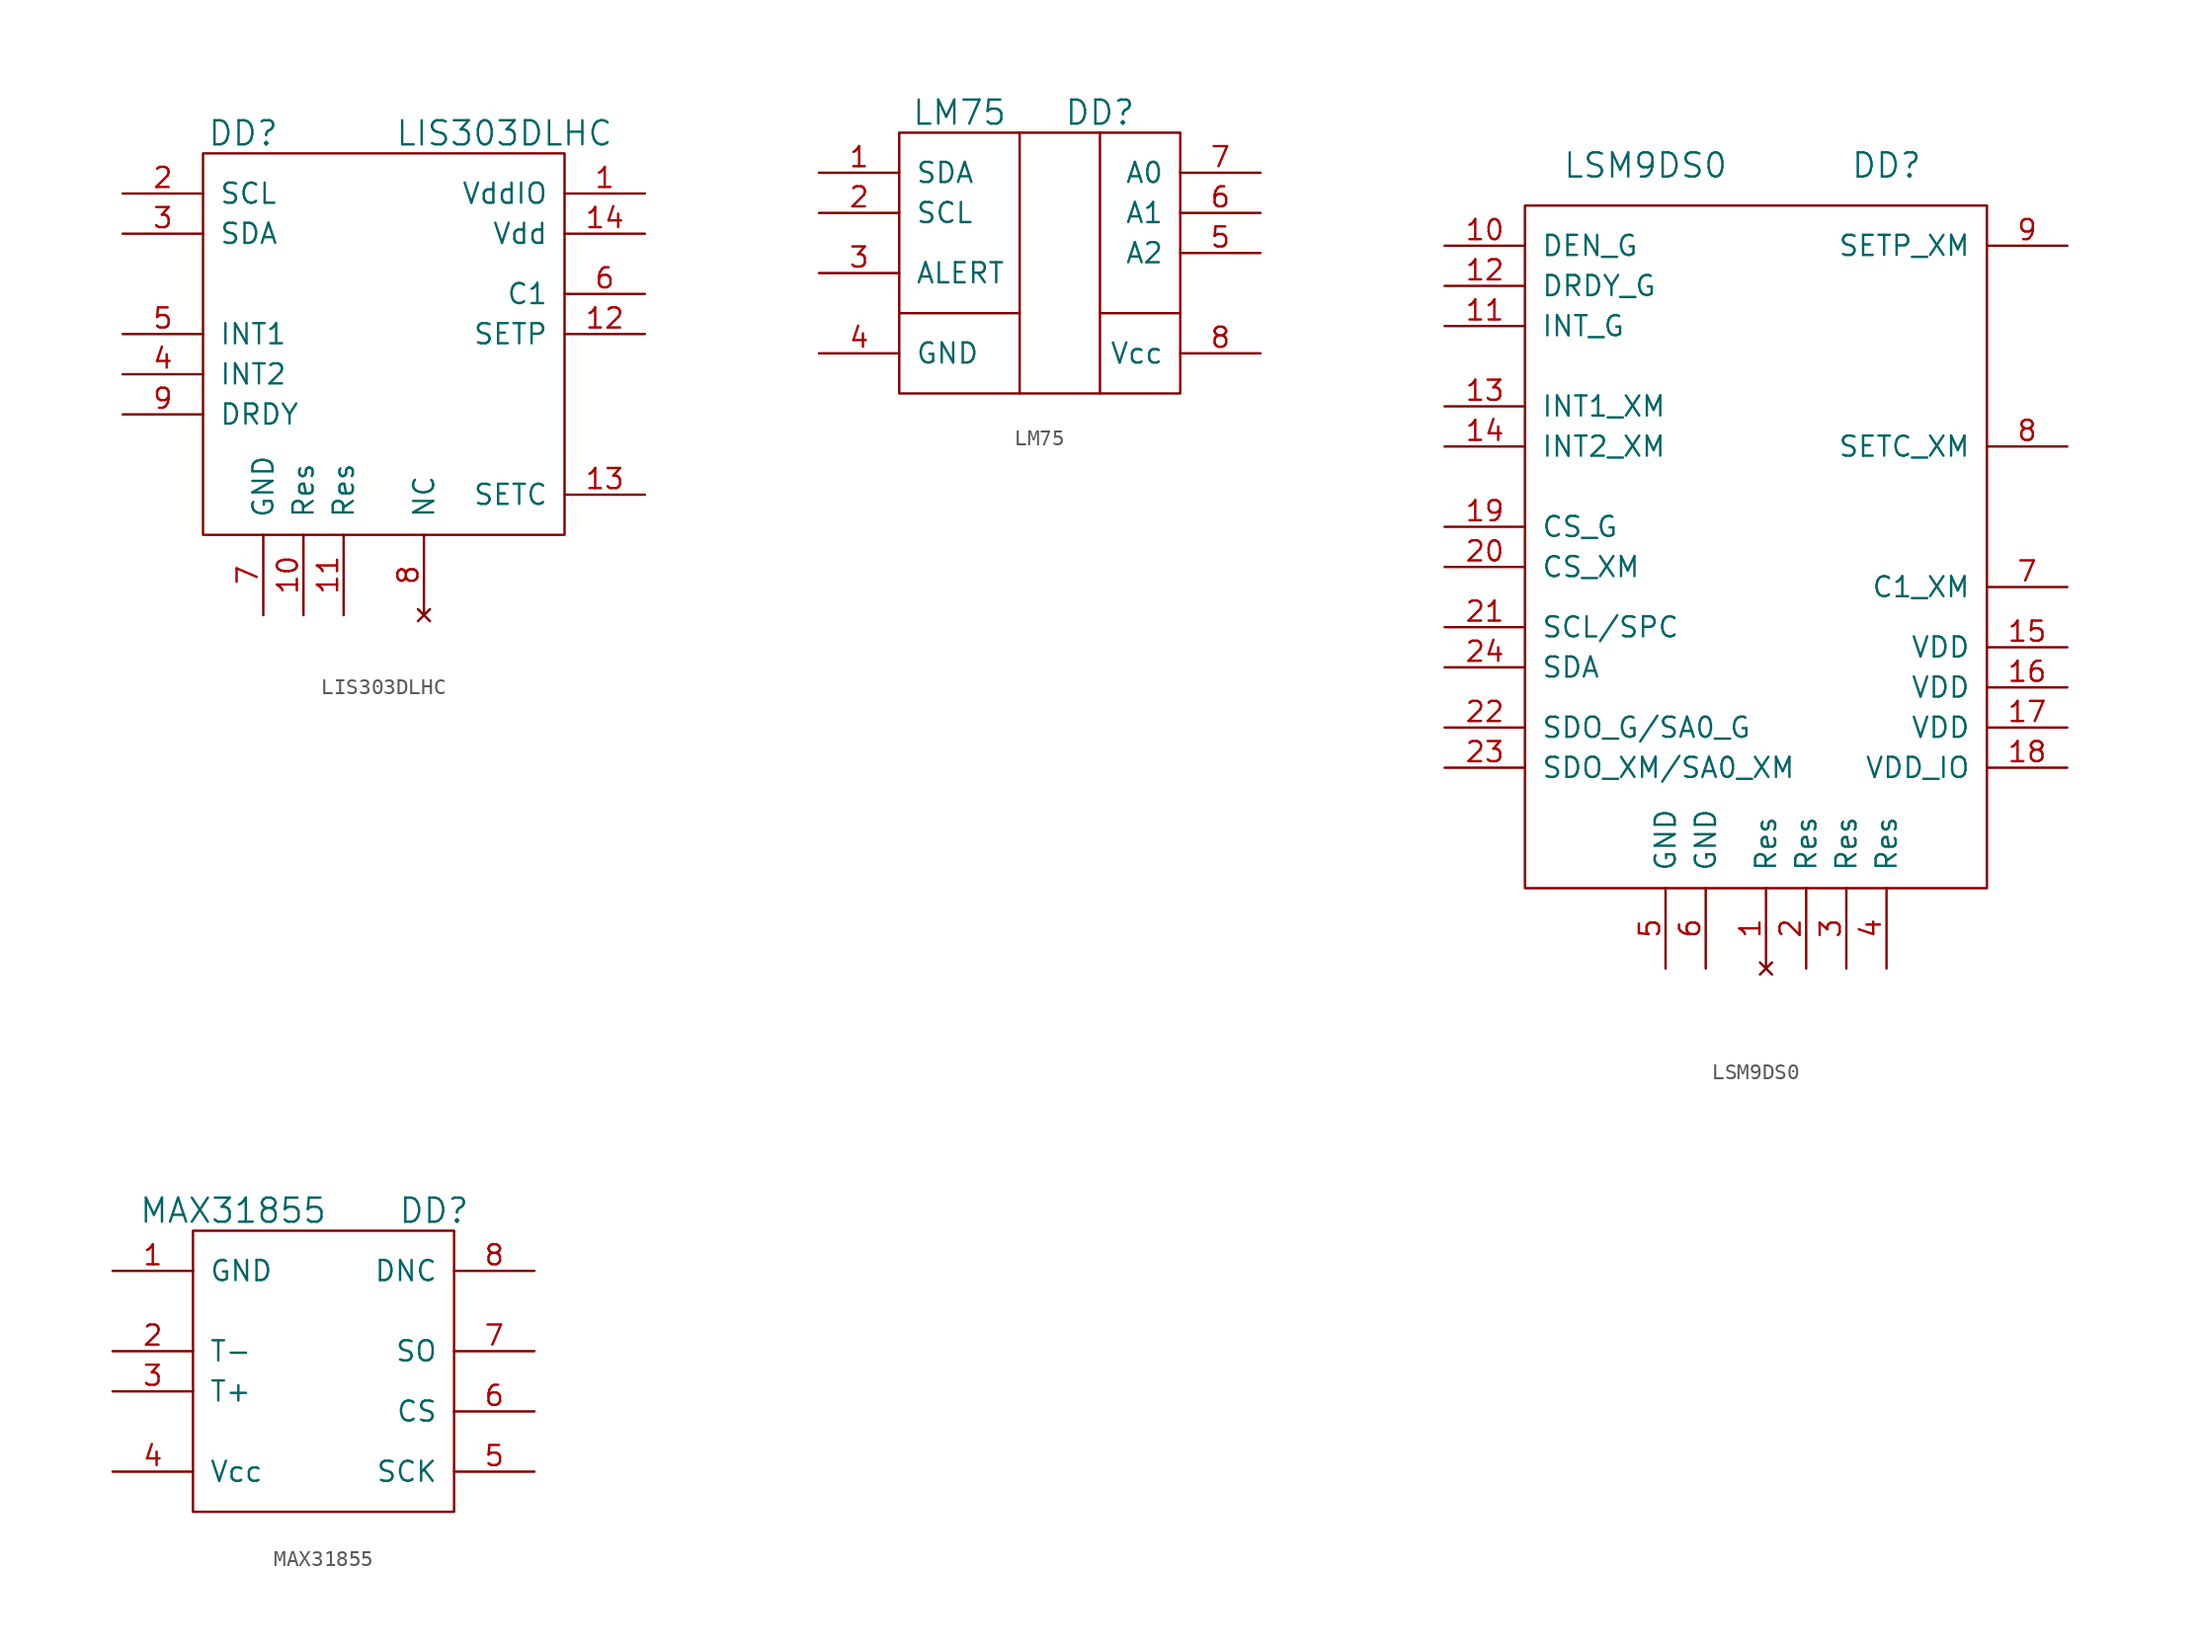
<source format=kicad_sym>
(kicad_symbol_lib
  (version 20231120)
  (generator "kicad_symbol_editor")
  (generator_version "8.0")
  (symbol "LIS303DLHC"
    (pin_names
      (offset 1.016))
    (property "Reference" "DD"
      (at -8.89 12.7 0)
      (effects (font (size 1.524 1.524))))
    (property "Value" "LIS303DLHC"
      (at 7.62 12.7 0)
      (effects (font (size 1.524 1.524))))
    (symbol "LIS303DLHC_0_1"
      (rectangle (start -11.43 11.43) (end 11.43 -12.7) (stroke (width 0) (type default)) (fill (type none))))
    (symbol "LIS303DLHC_1_1"
      (pin passive line (at 16.51 8.89 180) (length 5.08) (name "VddIO" (effects (font (size 1.27 1.27)))) (number "1" (effects (font (size 1.27 1.27)))))
      (pin passive line (at -5.08 -17.78 90) (length 5.08) (name "Res" (effects (font (size 1.27 1.27)))) (number "10" (effects (font (size 1.27 1.27)))))
      (pin power_in line (at -2.54 -17.78 90) (length 5.08) (name "Res" (effects (font (size 1.27 1.27)))) (number "11" (effects (font (size 1.27 1.27)))))
      (pin passive line (at 16.51 0 180) (length 5.08) (name "SETP" (effects (font (size 1.27 1.27)))) (number "12" (effects (font (size 1.27 1.27)))))
      (pin passive line (at 16.51 -10.16 180) (length 5.08) (name "SETC" (effects (font (size 1.27 1.27)))) (number "13" (effects (font (size 1.27 1.27)))))
      (pin power_in line (at 16.51 6.35 180) (length 5.08) (name "Vdd" (effects (font (size 1.27 1.27)))) (number "14" (effects (font (size 1.27 1.27)))))
      (pin passive line (at -16.51 8.89 0) (length 5.08) (name "SCL" (effects (font (size 1.27 1.27)))) (number "2" (effects (font (size 1.27 1.27)))))
      (pin passive line (at -16.51 6.35 0) (length 5.08) (name "SDA" (effects (font (size 1.27 1.27)))) (number "3" (effects (font (size 1.27 1.27)))))
      (pin passive line (at -16.51 -2.54 0) (length 5.08) (name "INT2" (effects (font (size 1.27 1.27)))) (number "4" (effects (font (size 1.27 1.27)))))
      (pin passive line (at -16.51 0 0) (length 5.08) (name "INT1" (effects (font (size 1.27 1.27)))) (number "5" (effects (font (size 1.27 1.27)))))
      (pin passive line (at 16.51 2.54 180) (length 5.08) (name "C1" (effects (font (size 1.27 1.27)))) (number "6" (effects (font (size 1.27 1.27)))))
      (pin power_in line (at -7.62 -17.78 90) (length 5.08) (name "GND" (effects (font (size 1.27 1.27)))) (number "7" (effects (font (size 1.27 1.27)))))
      (pin no_connect line (at 2.54 -17.78 90) (length 5.08) (name "NC" (effects (font (size 1.27 1.27)))) (number "8" (effects (font (size 1.27 1.27)))))
      (pin passive line (at -16.51 -5.08 0) (length 5.08) (name "DRDY" (effects (font (size 1.27 1.27)))) (number "9" (effects (font (size 1.27 1.27)))))))
  (symbol "LM75"
    (pin_names
      (offset 1.016))
    (property "Reference" "DD"
      (at 3.81 10.16 0)
      (effects (font (size 1.524 1.524))))
    (property "Value" "LM75"
      (at -5.08 10.16 0)
      (effects (font (size 1.524 1.524))))
    (symbol "LM75_0_1"
      (rectangle (start -8.89 8.89) (end 8.89 -7.62) (stroke (width 0) (type default)) (fill (type none)))
      (polyline (pts (xy -8.89 -2.54) (xy -1.27 -2.54)) (stroke (width 0) (type default)) (fill (type none)))
      (polyline (pts (xy -1.27 8.89) (xy -1.27 -7.62)) (stroke (width 0) (type default)) (fill (type none)))
      (polyline (pts (xy 3.81 -7.62) (xy 3.81 8.89)) (stroke (width 0) (type default)) (fill (type none)))
      (polyline (pts (xy 3.81 -2.54) (xy 8.89 -2.54)) (stroke (width 0) (type default)) (fill (type none))))
    (symbol "LM75_1_1"
      (pin passive line (at -13.97 6.35 0) (length 5.08) (name "SDA" (effects (font (size 1.27 1.27)))) (number "1" (effects (font (size 1.27 1.27)))))
      (pin passive line (at -13.97 3.81 0) (length 5.08) (name "SCL" (effects (font (size 1.27 1.27)))) (number "2" (effects (font (size 1.27 1.27)))))
      (pin passive line (at -13.97 0 0) (length 5.08) (name "ALERT" (effects (font (size 1.27 1.27)))) (number "3" (effects (font (size 1.27 1.27)))))
      (pin power_in line (at -13.97 -5.08 0) (length 5.08) (name "GND" (effects (font (size 1.27 1.27)))) (number "4" (effects (font (size 1.27 1.27)))))
      (pin passive line (at 13.97 1.27 180) (length 5.08) (name "A2" (effects (font (size 1.27 1.27)))) (number "5" (effects (font (size 1.27 1.27)))))
      (pin passive line (at 13.97 3.81 180) (length 5.08) (name "A1" (effects (font (size 1.27 1.27)))) (number "6" (effects (font (size 1.27 1.27)))))
      (pin passive line (at 13.97 6.35 180) (length 5.08) (name "A0" (effects (font (size 1.27 1.27)))) (number "7" (effects (font (size 1.27 1.27)))))
      (pin power_in line (at 13.97 -5.08 180) (length 5.08) (name "Vcc" (effects (font (size 1.27 1.27)))) (number "8" (effects (font (size 1.27 1.27)))))))
  (symbol "LSM9DS0"
    (pin_names
      (offset 1.016))
    (property "Reference" "DD"
      (at 8.89 26.67 0)
      (effects (font (size 1.524 1.524))))
    (property "Value" "LSM9DS0"
      (at -6.35 26.67 0)
      (effects (font (size 1.524 1.524))))
    (property "Footprint" ""
      (at 0 0 0)
      (effects (font (size 1.524 1.524))))
    (property "Datasheet" ""
      (at 0 0 0)
      (effects (font (size 1.524 1.524))))
    (symbol "LSM9DS0_0_1"
      (rectangle (start -13.97 24.13) (end 15.24 -19.05) (stroke (width 0) (type default)) (fill (type none))))
    (symbol "LSM9DS0_1_1"
      (pin no_connect line (at 1.27 -24.13 90) (length 5.08) (name "Res" (effects (font (size 1.27 1.27)))) (number "1" (effects (font (size 1.27 1.27)))))
      (pin passive line (at -19.05 21.59 0) (length 5.08) (name "DEN_G" (effects (font (size 1.27 1.27)))) (number "10" (effects (font (size 1.27 1.27)))))
      (pin passive line (at -19.05 16.51 0) (length 5.08) (name "INT_G" (effects (font (size 1.27 1.27)))) (number "11" (effects (font (size 1.27 1.27)))))
      (pin passive line (at -19.05 19.05 0) (length 5.08) (name "DRDY_G" (effects (font (size 1.27 1.27)))) (number "12" (effects (font (size 1.27 1.27)))))
      (pin passive line (at -19.05 11.43 0) (length 5.08) (name "INT1_XM" (effects (font (size 1.27 1.27)))) (number "13" (effects (font (size 1.27 1.27)))))
      (pin passive line (at -19.05 8.89 0) (length 5.08) (name "INT2_XM" (effects (font (size 1.27 1.27)))) (number "14" (effects (font (size 1.27 1.27)))))
      (pin power_in line (at 20.32 -3.81 180) (length 5.08) (name "VDD" (effects (font (size 1.27 1.27)))) (number "15" (effects (font (size 1.27 1.27)))))
      (pin power_in line (at 20.32 -6.35 180) (length 5.08) (name "VDD" (effects (font (size 1.27 1.27)))) (number "16" (effects (font (size 1.27 1.27)))))
      (pin power_in line (at 20.32 -8.89 180) (length 5.08) (name "VDD" (effects (font (size 1.27 1.27)))) (number "17" (effects (font (size 1.27 1.27)))))
      (pin power_in line (at 20.32 -11.43 180) (length 5.08) (name "VDD_IO" (effects (font (size 1.27 1.27)))) (number "18" (effects (font (size 1.27 1.27)))))
      (pin passive line (at -19.05 3.81 0) (length 5.08) (name "CS_G" (effects (font (size 1.27 1.27)))) (number "19" (effects (font (size 1.27 1.27)))))
      (pin passive line (at 3.81 -24.13 90) (length 5.08) (name "Res" (effects (font (size 1.27 1.27)))) (number "2" (effects (font (size 1.27 1.27)))))
      (pin passive line (at -19.05 1.27 0) (length 5.08) (name "CS_XM" (effects (font (size 1.27 1.27)))) (number "20" (effects (font (size 1.27 1.27)))))
      (pin passive line (at -19.05 -2.54 0) (length 5.08) (name "SCL/SPC" (effects (font (size 1.27 1.27)))) (number "21" (effects (font (size 1.27 1.27)))))
      (pin passive line (at -19.05 -8.89 0) (length 5.08) (name "SDO_G/SA0_G" (effects (font (size 1.27 1.27)))) (number "22" (effects (font (size 1.27 1.27)))))
      (pin passive line (at -19.05 -11.43 0) (length 5.08) (name "SDO_XM/SA0_XM" (effects (font (size 1.27 1.27)))) (number "23" (effects (font (size 1.27 1.27)))))
      (pin passive line (at -19.05 -5.08 0) (length 5.08) (name "SDA" (effects (font (size 1.27 1.27)))) (number "24" (effects (font (size 1.27 1.27)))))
      (pin passive line (at 6.35 -24.13 90) (length 5.08) (name "Res" (effects (font (size 1.27 1.27)))) (number "3" (effects (font (size 1.27 1.27)))))
      (pin passive line (at 8.89 -24.13 90) (length 5.08) (name "Res" (effects (font (size 1.27 1.27)))) (number "4" (effects (font (size 1.27 1.27)))))
      (pin power_in line (at -5.08 -24.13 90) (length 5.08) (name "GND" (effects (font (size 1.27 1.27)))) (number "5" (effects (font (size 1.27 1.27)))))
      (pin power_in line (at -2.54 -24.13 90) (length 5.08) (name "GND" (effects (font (size 1.27 1.27)))) (number "6" (effects (font (size 1.27 1.27)))))
      (pin passive line (at 20.32 0 180) (length 5.08) (name "C1_XM" (effects (font (size 1.27 1.27)))) (number "7" (effects (font (size 1.27 1.27)))))
      (pin passive line (at 20.32 8.89 180) (length 5.08) (name "SETC_XM" (effects (font (size 1.27 1.27)))) (number "8" (effects (font (size 1.27 1.27)))))
      (pin passive line (at 20.32 21.59 180) (length 5.08) (name "SETP_XM" (effects (font (size 1.27 1.27)))) (number "9" (effects (font (size 1.27 1.27)))))))
  (symbol "MAX31855"
    (pin_names
      (offset 1.016))
    (property "Reference" "DD"
      (at 7.62 10.16 0)
      (effects (font (size 1.524 1.524))))
    (property "Value" "MAX31855"
      (at -5.08 10.16 0)
      (effects (font (size 1.524 1.524))))
    (symbol "MAX31855_0_1"
      (rectangle (start -7.62 8.89) (end 8.89 -8.89) (stroke (width 0) (type default)) (fill (type none))))
    (symbol "MAX31855_1_1"
      (pin passive line (at -12.7 6.35 0) (length 5.08) (name "GND" (effects (font (size 1.27 1.27)))) (number "1" (effects (font (size 1.27 1.27)))))
      (pin passive line (at -12.7 1.27 0) (length 5.08) (name "T-" (effects (font (size 1.27 1.27)))) (number "2" (effects (font (size 1.27 1.27)))))
      (pin passive line (at -12.7 -1.27 0) (length 5.08) (name "T+" (effects (font (size 1.27 1.27)))) (number "3" (effects (font (size 1.27 1.27)))))
      (pin passive line (at -12.7 -6.35 0) (length 5.08) (name "Vcc" (effects (font (size 1.27 1.27)))) (number "4" (effects (font (size 1.27 1.27)))))
      (pin passive line (at 13.97 -6.35 180) (length 5.08) (name "SCK" (effects (font (size 1.27 1.27)))) (number "5" (effects (font (size 1.27 1.27)))))
      (pin passive line (at 13.97 -2.54 180) (length 5.08) (name "CS" (effects (font (size 1.27 1.27)))) (number "6" (effects (font (size 1.27 1.27)))))
      (pin passive line (at 13.97 1.27 180) (length 5.08) (name "SO" (effects (font (size 1.27 1.27)))) (number "7" (effects (font (size 1.27 1.27)))))
      (pin passive line (at 13.97 6.35 180) (length 5.08) (name "DNC" (effects (font (size 1.27 1.27)))) (number "8" (effects (font (size 1.27 1.27))))))))
</source>
